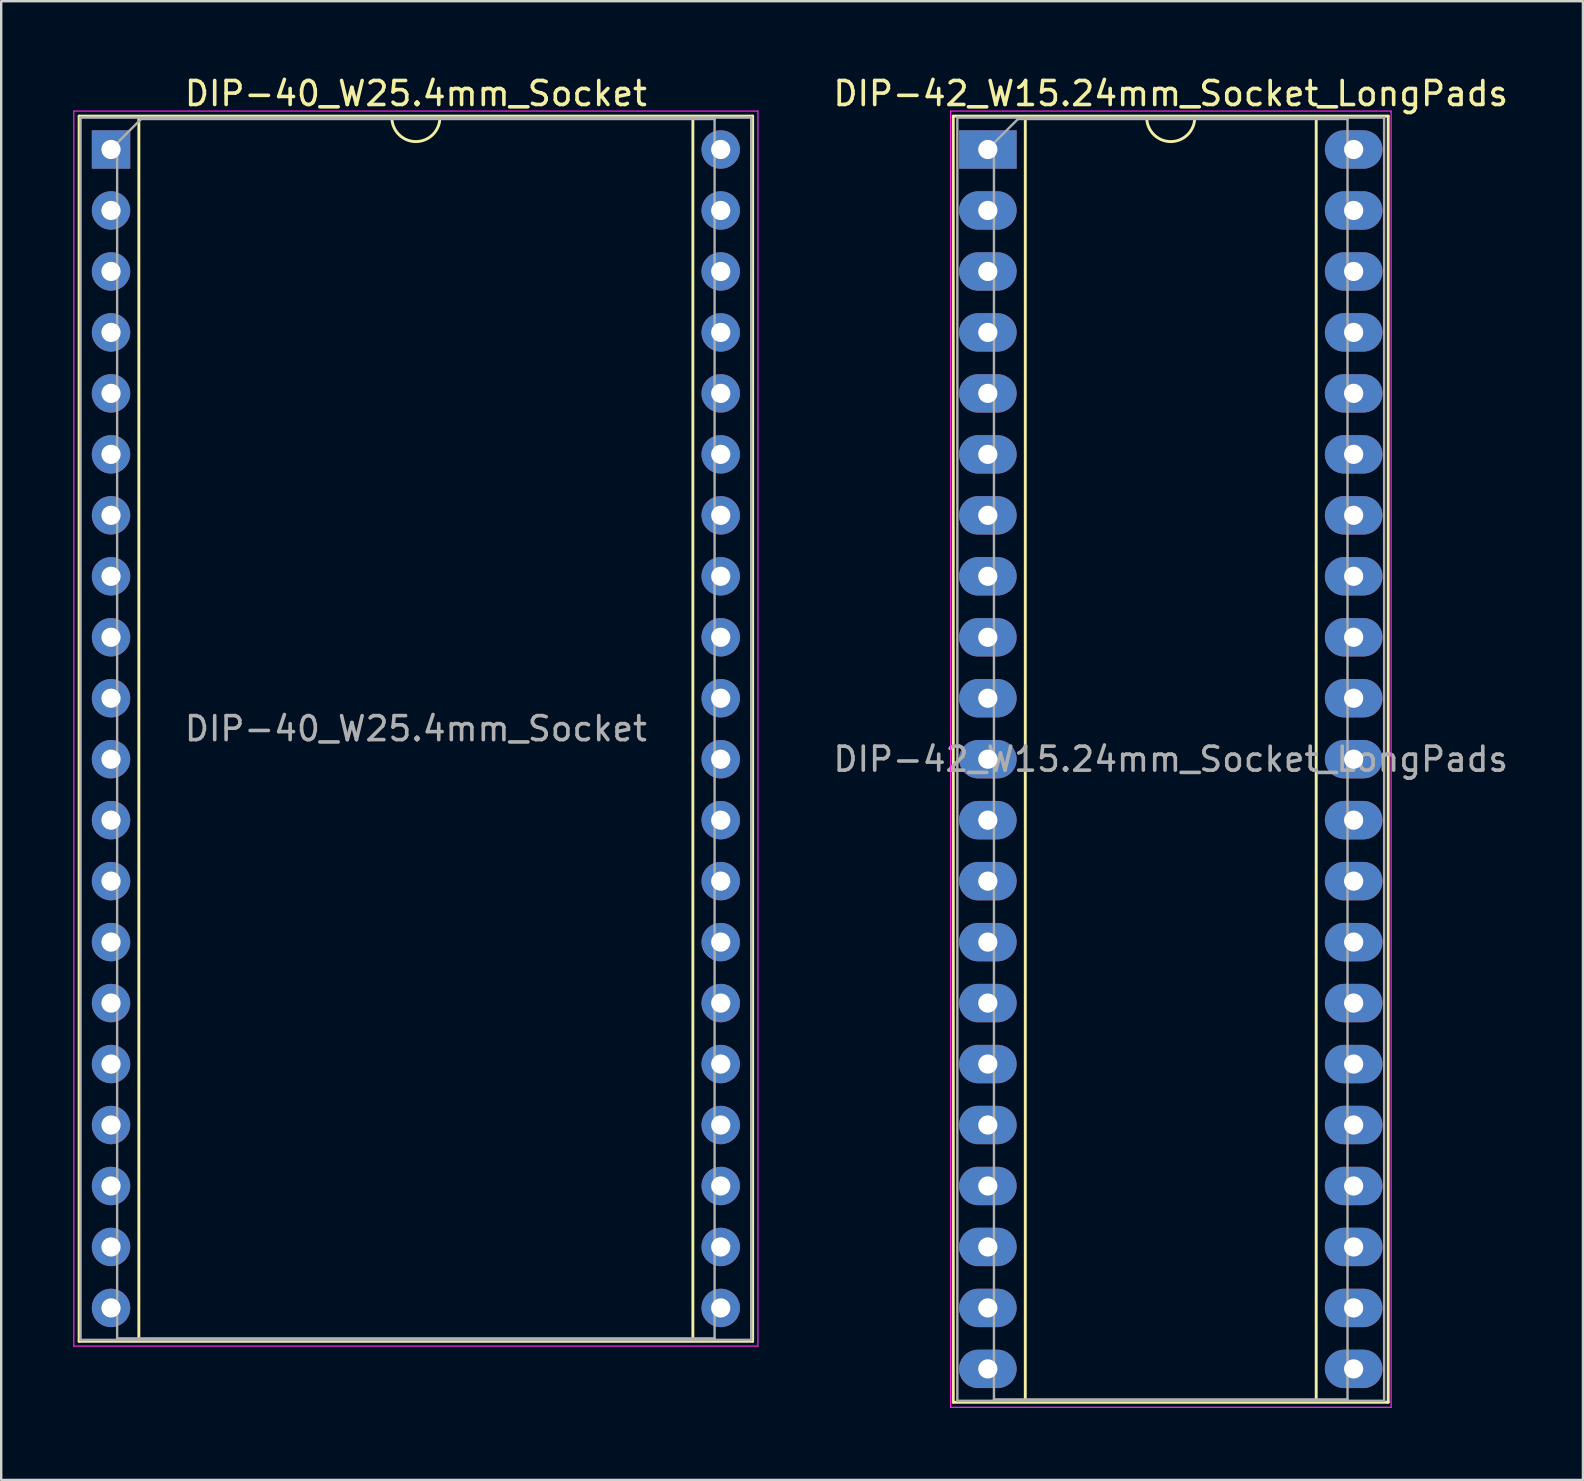
<source format=kicad_pcb>
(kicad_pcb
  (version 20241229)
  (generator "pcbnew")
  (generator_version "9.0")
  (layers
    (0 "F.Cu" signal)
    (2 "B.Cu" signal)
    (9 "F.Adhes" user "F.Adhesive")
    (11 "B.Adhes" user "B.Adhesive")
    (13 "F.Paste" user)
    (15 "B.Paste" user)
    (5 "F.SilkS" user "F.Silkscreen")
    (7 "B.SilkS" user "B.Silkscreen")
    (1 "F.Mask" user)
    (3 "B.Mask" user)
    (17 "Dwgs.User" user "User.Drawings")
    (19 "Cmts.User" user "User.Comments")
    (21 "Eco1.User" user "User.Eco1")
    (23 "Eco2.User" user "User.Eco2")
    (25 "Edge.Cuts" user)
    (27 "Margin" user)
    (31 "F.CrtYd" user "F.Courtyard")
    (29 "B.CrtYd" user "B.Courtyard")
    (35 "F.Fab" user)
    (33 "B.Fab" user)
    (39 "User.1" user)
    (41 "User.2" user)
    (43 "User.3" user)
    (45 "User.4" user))
  (footprint "DIP-42_W15.24mm_Socket_LongPads"
    (layer "F.Cu")
    (at 38.103 3.178)
    (property "Reference" "DIP-42_W15.24mm_Socket_LongPads" (at 7.62 -2.33 0) (layer "F.SilkS") (effects (font (size 1 1) (thickness 0.15))))
    (attr through_hole)
    (fp_line (start -1.44 -1.39) (end -1.44 52.19) (stroke (width 0.12) (type solid)) (layer "F.SilkS"))
    (fp_line (start -1.44 52.19) (end 16.68 52.19) (stroke (width 0.12) (type solid)) (layer "F.SilkS"))
    (fp_line (start 1.56 -1.33) (end 1.56 52.13) (stroke (width 0.12) (type solid)) (layer "F.SilkS"))
    (fp_line (start 1.56 52.13) (end 13.68 52.13) (stroke (width 0.12) (type solid)) (layer "F.SilkS"))
    (fp_line (start 6.62 -1.33) (end 1.56 -1.33) (stroke (width 0.12) (type solid)) (layer "F.SilkS"))
    (fp_line (start 13.68 -1.33) (end 8.62 -1.33) (stroke (width 0.12) (type solid)) (layer "F.SilkS"))
    (fp_line (start 13.68 52.13) (end 13.68 -1.33) (stroke (width 0.12) (type solid)) (layer "F.SilkS"))
    (fp_line (start 16.68 -1.39) (end -1.44 -1.39) (stroke (width 0.12) (type solid)) (layer "F.SilkS"))
    (fp_line (start 16.68 52.19) (end 16.68 -1.39) (stroke (width 0.12) (type solid)) (layer "F.SilkS"))
    (fp_arc (start 8.62 -1.33) (mid 7.62 -0.33) (end 6.62 -1.33) (stroke (width 0.12) (type solid)) (layer "F.SilkS"))
    (fp_line (start -1.55 -1.6) (end -1.55 52.4) (stroke (width 0.05) (type solid)) (layer "F.CrtYd"))
    (fp_line (start -1.55 52.4) (end 16.8 52.4) (stroke (width 0.05) (type solid)) (layer "F.CrtYd"))
    (fp_line (start 16.8 -1.6) (end -1.55 -1.6) (stroke (width 0.05) (type solid)) (layer "F.CrtYd"))
    (fp_line (start 16.8 52.4) (end 16.8 -1.6) (stroke (width 0.05) (type solid)) (layer "F.CrtYd"))
    (fp_line (start -1.27 -1.33) (end -1.27 52.13) (stroke (width 0.1) (type solid)) (layer "F.Fab"))
    (fp_line (start -1.27 52.13) (end 16.51 52.13) (stroke (width 0.1) (type solid)) (layer "F.Fab"))
    (fp_line (start 0.255 -0.27) (end 1.255 -1.27) (stroke (width 0.1) (type solid)) (layer "F.Fab"))
    (fp_line (start 0.255 52.07) (end 0.255 -0.27) (stroke (width 0.1) (type solid)) (layer "F.Fab"))
    (fp_line (start 1.255 -1.27) (end 14.985 -1.27) (stroke (width 0.1) (type solid)) (layer "F.Fab"))
    (fp_line (start 14.985 -1.27) (end 14.985 52.07) (stroke (width 0.1) (type solid)) (layer "F.Fab"))
    (fp_line (start 14.985 52.07) (end 0.255 52.07) (stroke (width 0.1) (type solid)) (layer "F.Fab"))
    (fp_line (start 16.51 -1.33) (end -1.27 -1.33) (stroke (width 0.1) (type solid)) (layer "F.Fab"))
    (fp_line (start 16.51 52.13) (end 16.51 -1.33) (stroke (width 0.1) (type solid)) (layer "F.Fab"))
    (fp_text user "${REFERENCE}" (at 7.62 25.4 0) (layer "F.Fab") (effects (font (size 1 1) (thickness 0.15))))
    (pad "1" thru_hole rect (at 0 0) (size 2.4 1.6) (drill 0.8) (layers "*.Cu" "*.Mask"))
    (pad "2" thru_hole oval (at 0 2.54) (size 2.4 1.6) (drill 0.8) (layers "*.Cu" "*.Mask"))
    (pad "3" thru_hole oval (at 0 5.08) (size 2.4 1.6) (drill 0.8) (layers "*.Cu" "*.Mask"))
    (pad "4" thru_hole oval (at 0 7.62) (size 2.4 1.6) (drill 0.8) (layers "*.Cu" "*.Mask"))
    (pad "5" thru_hole oval (at 0 10.16) (size 2.4 1.6) (drill 0.8) (layers "*.Cu" "*.Mask"))
    (pad "6" thru_hole oval (at 0 12.7) (size 2.4 1.6) (drill 0.8) (layers "*.Cu" "*.Mask"))
    (pad "7" thru_hole oval (at 0 15.24) (size 2.4 1.6) (drill 0.8) (layers "*.Cu" "*.Mask"))
    (pad "8" thru_hole oval (at 0 17.78) (size 2.4 1.6) (drill 0.8) (layers "*.Cu" "*.Mask"))
    (pad "9" thru_hole oval (at 0 20.32) (size 2.4 1.6) (drill 0.8) (layers "*.Cu" "*.Mask"))
    (pad "10" thru_hole oval (at 0 22.86) (size 2.4 1.6) (drill 0.8) (layers "*.Cu" "*.Mask"))
    (pad "11" thru_hole oval (at 0 25.4) (size 2.4 1.6) (drill 0.8) (layers "*.Cu" "*.Mask"))
    (pad "12" thru_hole oval (at 0 27.94) (size 2.4 1.6) (drill 0.8) (layers "*.Cu" "*.Mask"))
    (pad "13" thru_hole oval (at 0 30.48) (size 2.4 1.6) (drill 0.8) (layers "*.Cu" "*.Mask"))
    (pad "14" thru_hole oval (at 0 33.02) (size 2.4 1.6) (drill 0.8) (layers "*.Cu" "*.Mask"))
    (pad "15" thru_hole oval (at 0 35.56) (size 2.4 1.6) (drill 0.8) (layers "*.Cu" "*.Mask"))
    (pad "16" thru_hole oval (at 0 38.1) (size 2.4 1.6) (drill 0.8) (layers "*.Cu" "*.Mask"))
    (pad "17" thru_hole oval (at 0 40.64) (size 2.4 1.6) (drill 0.8) (layers "*.Cu" "*.Mask"))
    (pad "18" thru_hole oval (at 0 43.18) (size 2.4 1.6) (drill 0.8) (layers "*.Cu" "*.Mask"))
    (pad "19" thru_hole oval (at 0 45.72) (size 2.4 1.6) (drill 0.8) (layers "*.Cu" "*.Mask"))
    (pad "20" thru_hole oval (at 0 48.26) (size 2.4 1.6) (drill 0.8) (layers "*.Cu" "*.Mask"))
    (pad "21" thru_hole oval (at 0 50.8) (size 2.4 1.6) (drill 0.8) (layers "*.Cu" "*.Mask"))
    (pad "22" thru_hole oval (at 15.24 50.8) (size 2.4 1.6) (drill 0.8) (layers "*.Cu" "*.Mask"))
    (pad "23" thru_hole oval (at 15.24 48.26) (size 2.4 1.6) (drill 0.8) (layers "*.Cu" "*.Mask"))
    (pad "24" thru_hole oval (at 15.24 45.72) (size 2.4 1.6) (drill 0.8) (layers "*.Cu" "*.Mask"))
    (pad "25" thru_hole oval (at 15.24 43.18) (size 2.4 1.6) (drill 0.8) (layers "*.Cu" "*.Mask"))
    (pad "26" thru_hole oval (at 15.24 40.64) (size 2.4 1.6) (drill 0.8) (layers "*.Cu" "*.Mask"))
    (pad "27" thru_hole oval (at 15.24 38.1) (size 2.4 1.6) (drill 0.8) (layers "*.Cu" "*.Mask"))
    (pad "28" thru_hole oval (at 15.24 35.56) (size 2.4 1.6) (drill 0.8) (layers "*.Cu" "*.Mask"))
    (pad "29" thru_hole oval (at 15.24 33.02) (size 2.4 1.6) (drill 0.8) (layers "*.Cu" "*.Mask"))
    (pad "30" thru_hole oval (at 15.24 30.48) (size 2.4 1.6) (drill 0.8) (layers "*.Cu" "*.Mask"))
    (pad "31" thru_hole oval (at 15.24 27.94) (size 2.4 1.6) (drill 0.8) (layers "*.Cu" "*.Mask"))
    (pad "32" thru_hole oval (at 15.24 25.4) (size 2.4 1.6) (drill 0.8) (layers "*.Cu" "*.Mask"))
    (pad "33" thru_hole oval (at 15.24 22.86) (size 2.4 1.6) (drill 0.8) (layers "*.Cu" "*.Mask"))
    (pad "34" thru_hole oval (at 15.24 20.32) (size 2.4 1.6) (drill 0.8) (layers "*.Cu" "*.Mask"))
    (pad "35" thru_hole oval (at 15.24 17.78) (size 2.4 1.6) (drill 0.8) (layers "*.Cu" "*.Mask"))
    (pad "36" thru_hole oval (at 15.24 15.24) (size 2.4 1.6) (drill 0.8) (layers "*.Cu" "*.Mask"))
    (pad "37" thru_hole oval (at 15.24 12.7) (size 2.4 1.6) (drill 0.8) (layers "*.Cu" "*.Mask"))
    (pad "38" thru_hole oval (at 15.24 10.16) (size 2.4 1.6) (drill 0.8) (layers "*.Cu" "*.Mask"))
    (pad "39" thru_hole oval (at 15.24 7.62) (size 2.4 1.6) (drill 0.8) (layers "*.Cu" "*.Mask"))
    (pad "40" thru_hole oval (at 15.24 5.08) (size 2.4 1.6) (drill 0.8) (layers "*.Cu" "*.Mask"))
    (pad "41" thru_hole oval (at 15.24 2.54) (size 2.4 1.6) (drill 0.8) (layers "*.Cu" "*.Mask"))
    (pad "42" thru_hole oval (at 15.24 0) (size 2.4 1.6) (drill 0.8) (layers "*.Cu" "*.Mask")))
  (footprint "DIP-40_W25.4mm_Socket"
    (layer "F.Cu")
    (at 1.575 3.178)
    (property "Reference" "DIP-40_W25.4mm_Socket" (at 12.7 -2.33 0) (layer "F.SilkS") (effects (font (size 1 1) (thickness 0.15))))
    (attr through_hole)
    (fp_line (start -1.33 -1.39) (end -1.33 49.65) (stroke (width 0.12) (type solid)) (layer "F.SilkS"))
    (fp_line (start -1.33 49.65) (end 26.73 49.65) (stroke (width 0.12) (type solid)) (layer "F.SilkS"))
    (fp_line (start 1.16 -1.33) (end 1.16 49.59) (stroke (width 0.12) (type solid)) (layer "F.SilkS"))
    (fp_line (start 1.16 49.59) (end 24.24 49.59) (stroke (width 0.12) (type solid)) (layer "F.SilkS"))
    (fp_line (start 11.7 -1.33) (end 1.16 -1.33) (stroke (width 0.12) (type solid)) (layer "F.SilkS"))
    (fp_line (start 24.24 -1.33) (end 13.7 -1.33) (stroke (width 0.12) (type solid)) (layer "F.SilkS"))
    (fp_line (start 24.24 49.59) (end 24.24 -1.33) (stroke (width 0.12) (type solid)) (layer "F.SilkS"))
    (fp_line (start 26.73 -1.39) (end -1.33 -1.39) (stroke (width 0.12) (type solid)) (layer "F.SilkS"))
    (fp_line (start 26.73 49.65) (end 26.73 -1.39) (stroke (width 0.12) (type solid)) (layer "F.SilkS"))
    (fp_arc (start 13.7 -1.33) (mid 12.7 -0.33) (end 11.7 -1.33) (stroke (width 0.12) (type solid)) (layer "F.SilkS"))
    (fp_line (start -1.55 -1.6) (end -1.55 49.85) (stroke (width 0.05) (type solid)) (layer "F.CrtYd"))
    (fp_line (start -1.55 49.85) (end 26.95 49.85) (stroke (width 0.05) (type solid)) (layer "F.CrtYd"))
    (fp_line (start 26.95 -1.6) (end -1.55 -1.6) (stroke (width 0.05) (type solid)) (layer "F.CrtYd"))
    (fp_line (start 26.95 49.85) (end 26.95 -1.6) (stroke (width 0.05) (type solid)) (layer "F.CrtYd"))
    (fp_line (start -1.27 -1.33) (end -1.27 49.59) (stroke (width 0.1) (type solid)) (layer "F.Fab"))
    (fp_line (start -1.27 49.59) (end 26.67 49.59) (stroke (width 0.1) (type solid)) (layer "F.Fab"))
    (fp_line (start 0.255 -0.27) (end 1.255 -1.27) (stroke (width 0.1) (type solid)) (layer "F.Fab"))
    (fp_line (start 0.255 49.53) (end 0.255 -0.27) (stroke (width 0.1) (type solid)) (layer "F.Fab"))
    (fp_line (start 1.255 -1.27) (end 25.145 -1.27) (stroke (width 0.1) (type solid)) (layer "F.Fab"))
    (fp_line (start 25.145 -1.27) (end 25.145 49.53) (stroke (width 0.1) (type solid)) (layer "F.Fab"))
    (fp_line (start 25.145 49.53) (end 0.255 49.53) (stroke (width 0.1) (type solid)) (layer "F.Fab"))
    (fp_line (start 26.67 -1.33) (end -1.27 -1.33) (stroke (width 0.1) (type solid)) (layer "F.Fab"))
    (fp_line (start 26.67 49.59) (end 26.67 -1.33) (stroke (width 0.1) (type solid)) (layer "F.Fab"))
    (fp_text user "${REFERENCE}" (at 12.7 24.13 0) (layer "F.Fab") (effects (font (size 1 1) (thickness 0.15))))
    (pad "1" thru_hole rect (at 0 0) (size 1.6 1.6) (drill 0.8) (layers "*.Cu" "*.Mask"))
    (pad "2" thru_hole oval (at 0 2.54) (size 1.6 1.6) (drill 0.8) (layers "*.Cu" "*.Mask"))
    (pad "3" thru_hole oval (at 0 5.08) (size 1.6 1.6) (drill 0.8) (layers "*.Cu" "*.Mask"))
    (pad "4" thru_hole oval (at 0 7.62) (size 1.6 1.6) (drill 0.8) (layers "*.Cu" "*.Mask"))
    (pad "5" thru_hole oval (at 0 10.16) (size 1.6 1.6) (drill 0.8) (layers "*.Cu" "*.Mask"))
    (pad "6" thru_hole oval (at 0 12.7) (size 1.6 1.6) (drill 0.8) (layers "*.Cu" "*.Mask"))
    (pad "7" thru_hole oval (at 0 15.24) (size 1.6 1.6) (drill 0.8) (layers "*.Cu" "*.Mask"))
    (pad "8" thru_hole oval (at 0 17.78) (size 1.6 1.6) (drill 0.8) (layers "*.Cu" "*.Mask"))
    (pad "9" thru_hole oval (at 0 20.32) (size 1.6 1.6) (drill 0.8) (layers "*.Cu" "*.Mask"))
    (pad "10" thru_hole oval (at 0 22.86) (size 1.6 1.6) (drill 0.8) (layers "*.Cu" "*.Mask"))
    (pad "11" thru_hole oval (at 0 25.4) (size 1.6 1.6) (drill 0.8) (layers "*.Cu" "*.Mask"))
    (pad "12" thru_hole oval (at 0 27.94) (size 1.6 1.6) (drill 0.8) (layers "*.Cu" "*.Mask"))
    (pad "13" thru_hole oval (at 0 30.48) (size 1.6 1.6) (drill 0.8) (layers "*.Cu" "*.Mask"))
    (pad "14" thru_hole oval (at 0 33.02) (size 1.6 1.6) (drill 0.8) (layers "*.Cu" "*.Mask"))
    (pad "15" thru_hole oval (at 0 35.56) (size 1.6 1.6) (drill 0.8) (layers "*.Cu" "*.Mask"))
    (pad "16" thru_hole oval (at 0 38.1) (size 1.6 1.6) (drill 0.8) (layers "*.Cu" "*.Mask"))
    (pad "17" thru_hole oval (at 0 40.64) (size 1.6 1.6) (drill 0.8) (layers "*.Cu" "*.Mask"))
    (pad "18" thru_hole oval (at 0 43.18) (size 1.6 1.6) (drill 0.8) (layers "*.Cu" "*.Mask"))
    (pad "19" thru_hole oval (at 0 45.72) (size 1.6 1.6) (drill 0.8) (layers "*.Cu" "*.Mask"))
    (pad "20" thru_hole oval (at 0 48.26) (size 1.6 1.6) (drill 0.8) (layers "*.Cu" "*.Mask"))
    (pad "21" thru_hole oval (at 25.4 48.26) (size 1.6 1.6) (drill 0.8) (layers "*.Cu" "*.Mask"))
    (pad "22" thru_hole oval (at 25.4 45.72) (size 1.6 1.6) (drill 0.8) (layers "*.Cu" "*.Mask"))
    (pad "23" thru_hole oval (at 25.4 43.18) (size 1.6 1.6) (drill 0.8) (layers "*.Cu" "*.Mask"))
    (pad "24" thru_hole oval (at 25.4 40.64) (size 1.6 1.6) (drill 0.8) (layers "*.Cu" "*.Mask"))
    (pad "25" thru_hole oval (at 25.4 38.1) (size 1.6 1.6) (drill 0.8) (layers "*.Cu" "*.Mask"))
    (pad "26" thru_hole oval (at 25.4 35.56) (size 1.6 1.6) (drill 0.8) (layers "*.Cu" "*.Mask"))
    (pad "27" thru_hole oval (at 25.4 33.02) (size 1.6 1.6) (drill 0.8) (layers "*.Cu" "*.Mask"))
    (pad "28" thru_hole oval (at 25.4 30.48) (size 1.6 1.6) (drill 0.8) (layers "*.Cu" "*.Mask"))
    (pad "29" thru_hole oval (at 25.4 27.94) (size 1.6 1.6) (drill 0.8) (layers "*.Cu" "*.Mask"))
    (pad "30" thru_hole oval (at 25.4 25.4) (size 1.6 1.6) (drill 0.8) (layers "*.Cu" "*.Mask"))
    (pad "31" thru_hole oval (at 25.4 22.86) (size 1.6 1.6) (drill 0.8) (layers "*.Cu" "*.Mask"))
    (pad "32" thru_hole oval (at 25.4 20.32) (size 1.6 1.6) (drill 0.8) (layers "*.Cu" "*.Mask"))
    (pad "33" thru_hole oval (at 25.4 17.78) (size 1.6 1.6) (drill 0.8) (layers "*.Cu" "*.Mask"))
    (pad "34" thru_hole oval (at 25.4 15.24) (size 1.6 1.6) (drill 0.8) (layers "*.Cu" "*.Mask"))
    (pad "35" thru_hole oval (at 25.4 12.7) (size 1.6 1.6) (drill 0.8) (layers "*.Cu" "*.Mask"))
    (pad "36" thru_hole oval (at 25.4 10.16) (size 1.6 1.6) (drill 0.8) (layers "*.Cu" "*.Mask"))
    (pad "37" thru_hole oval (at 25.4 7.62) (size 1.6 1.6) (drill 0.8) (layers "*.Cu" "*.Mask"))
    (pad "38" thru_hole oval (at 25.4 5.08) (size 1.6 1.6) (drill 0.8) (layers "*.Cu" "*.Mask"))
    (pad "39" thru_hole oval (at 25.4 2.54) (size 1.6 1.6) (drill 0.8) (layers "*.Cu" "*.Mask"))
    (pad "40" thru_hole oval (at 25.4 0) (size 1.6 1.6) (drill 0.8) (layers "*.Cu" "*.Mask")))
  (gr_rect
    (start -3 -3)
    (end 62.895 58.603)
    (stroke (width 0.1) (type default))
    (fill no)
    (layer "Edge.Cuts")))
</source>
